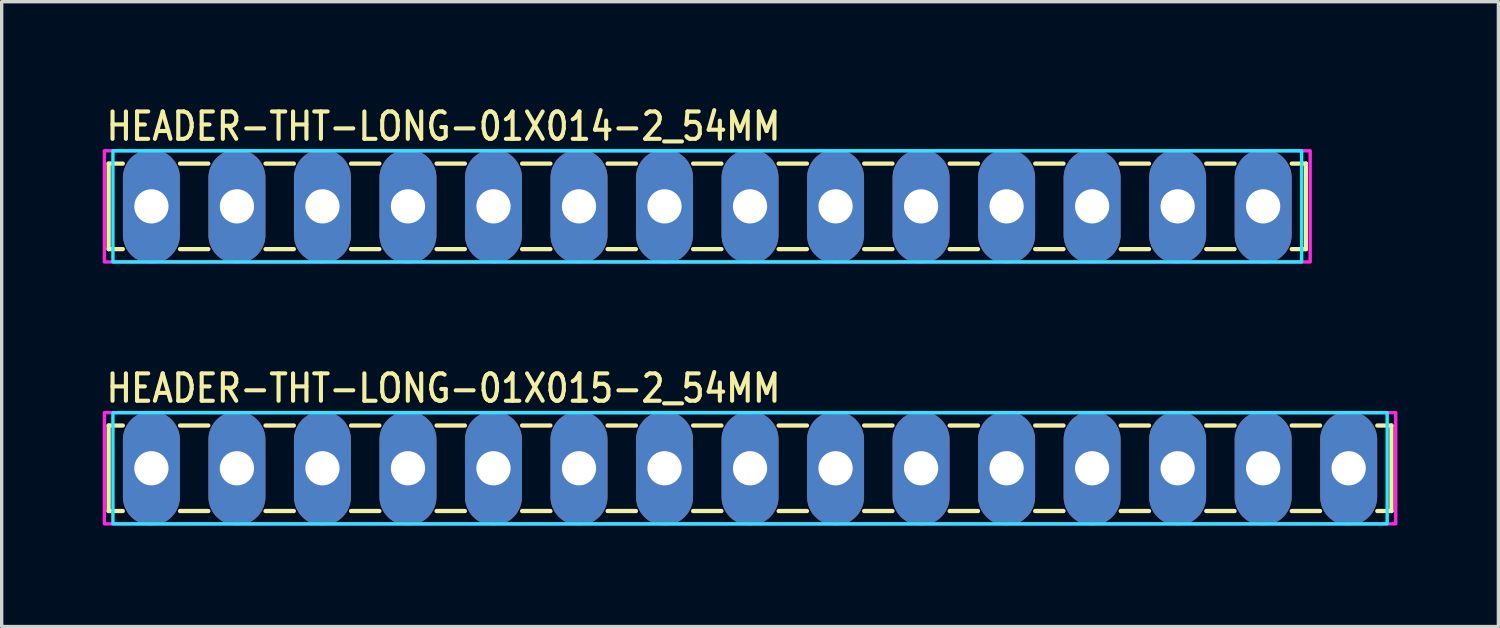
<source format=kicad_pcb>
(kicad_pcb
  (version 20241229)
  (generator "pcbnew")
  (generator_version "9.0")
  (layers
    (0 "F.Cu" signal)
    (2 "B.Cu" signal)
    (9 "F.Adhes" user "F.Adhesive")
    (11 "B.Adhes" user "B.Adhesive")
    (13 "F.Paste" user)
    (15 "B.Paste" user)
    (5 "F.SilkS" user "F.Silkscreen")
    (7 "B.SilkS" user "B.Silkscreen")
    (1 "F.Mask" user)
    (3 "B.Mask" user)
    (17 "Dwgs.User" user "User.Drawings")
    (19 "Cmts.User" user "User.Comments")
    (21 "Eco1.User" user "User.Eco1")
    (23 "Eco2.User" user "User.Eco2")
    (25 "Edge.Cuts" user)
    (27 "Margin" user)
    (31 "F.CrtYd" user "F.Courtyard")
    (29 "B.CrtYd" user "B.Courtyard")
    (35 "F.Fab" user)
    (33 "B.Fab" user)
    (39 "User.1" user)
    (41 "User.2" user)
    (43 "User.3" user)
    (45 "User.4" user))
  (footprint "HEADER-THT-LONG-01X015-2_54MM"
    (layer "F.Cu")
    (at 1.447 10.858)
    (property "Reference" "HEADER-THT-LONG-01X015-2_54MM" (at -1.4 -1.9 0) (unlocked yes) (layer "F.SilkS") (effects (font (size 0.813 0.695) (thickness 0.122)) (justify left bottom)))
    (fp_line (start -1.27 -1.27) (end -1.27 1.27) (stroke (width 0.127) (type solid)) (layer "F.SilkS"))
    (fp_line (start -1.27 1.27) (end -0.85 1.27) (stroke (width 0.127) (type solid)) (layer "F.SilkS"))
    (fp_line (start -0.85 -1.27) (end -1.27 -1.27) (stroke (width 0.127) (type solid)) (layer "F.SilkS"))
    (fp_line (start 0.85 -1.27) (end 1.69 -1.27) (stroke (width 0.127) (type solid)) (layer "F.SilkS"))
    (fp_line (start 0.85 1.27) (end 1.69 1.27) (stroke (width 0.127) (type solid)) (layer "F.SilkS"))
    (fp_line (start 3.39 -1.27) (end 4.23 -1.27) (stroke (width 0.127) (type solid)) (layer "F.SilkS"))
    (fp_line (start 3.39 1.27) (end 4.23 1.27) (stroke (width 0.127) (type solid)) (layer "F.SilkS"))
    (fp_line (start 5.93 -1.27) (end 6.77 -1.27) (stroke (width 0.127) (type solid)) (layer "F.SilkS"))
    (fp_line (start 5.93 1.27) (end 6.77 1.27) (stroke (width 0.127) (type solid)) (layer "F.SilkS"))
    (fp_line (start 8.47 -1.27) (end 9.31 -1.27) (stroke (width 0.127) (type solid)) (layer "F.SilkS"))
    (fp_line (start 8.47 1.27) (end 9.31 1.27) (stroke (width 0.127) (type solid)) (layer "F.SilkS"))
    (fp_line (start 11.01 -1.27) (end 11.85 -1.27) (stroke (width 0.127) (type solid)) (layer "F.SilkS"))
    (fp_line (start 11.01 1.27) (end 11.85 1.27) (stroke (width 0.127) (type solid)) (layer "F.SilkS"))
    (fp_line (start 13.55 -1.27) (end 14.39 -1.27) (stroke (width 0.127) (type solid)) (layer "F.SilkS"))
    (fp_line (start 13.55 1.27) (end 14.39 1.27) (stroke (width 0.127) (type solid)) (layer "F.SilkS"))
    (fp_line (start 16.09 -1.27) (end 16.93 -1.27) (stroke (width 0.127) (type solid)) (layer "F.SilkS"))
    (fp_line (start 16.09 1.27) (end 16.93 1.27) (stroke (width 0.127) (type solid)) (layer "F.SilkS"))
    (fp_line (start 18.63 -1.27) (end 19.47 -1.27) (stroke (width 0.127) (type solid)) (layer "F.SilkS"))
    (fp_line (start 18.63 1.27) (end 19.47 1.27) (stroke (width 0.127) (type solid)) (layer "F.SilkS"))
    (fp_line (start 21.17 -1.27) (end 22.01 -1.27) (stroke (width 0.127) (type solid)) (layer "F.SilkS"))
    (fp_line (start 21.17 1.27) (end 22.01 1.27) (stroke (width 0.127) (type solid)) (layer "F.SilkS"))
    (fp_line (start 23.71 -1.27) (end 24.55 -1.27) (stroke (width 0.127) (type solid)) (layer "F.SilkS"))
    (fp_line (start 23.71 1.27) (end 24.55 1.27) (stroke (width 0.127) (type solid)) (layer "F.SilkS"))
    (fp_line (start 26.25 -1.27) (end 27.09 -1.27) (stroke (width 0.127) (type solid)) (layer "F.SilkS"))
    (fp_line (start 26.25 1.27) (end 27.09 1.27) (stroke (width 0.127) (type solid)) (layer "F.SilkS"))
    (fp_line (start 28.79 -1.27) (end 29.63 -1.27) (stroke (width 0.127) (type solid)) (layer "F.SilkS"))
    (fp_line (start 28.79 1.27) (end 29.63 1.27) (stroke (width 0.127) (type solid)) (layer "F.SilkS"))
    (fp_line (start 31.33 -1.27) (end 32.17 -1.27) (stroke (width 0.127) (type solid)) (layer "F.SilkS"))
    (fp_line (start 31.33 1.27) (end 32.17 1.27) (stroke (width 0.127) (type solid)) (layer "F.SilkS"))
    (fp_line (start 33.87 -1.27) (end 34.71 -1.27) (stroke (width 0.127) (type solid)) (layer "F.SilkS"))
    (fp_line (start 33.87 1.27) (end 34.71 1.27) (stroke (width 0.127) (type solid)) (layer "F.SilkS"))
    (fp_line (start 36.41 -1.27) (end 36.83 -1.27) (stroke (width 0.127) (type solid)) (layer "F.SilkS"))
    (fp_line (start 36.83 -1.27) (end 36.83 1.27) (stroke (width 0.127) (type solid)) (layer "F.SilkS"))
    (fp_line (start 36.83 1.27) (end 36.41 1.27) (stroke (width 0.127) (type solid)) (layer "F.SilkS"))
    (fp_poly (pts (xy -1.143 -1.651) (xy 36.703 -1.651) (xy 36.703 1.651) (xy -1.143 1.651)) (stroke (width 0.1) (type solid)) (fill no) (layer "B.CrtYd"))
    (fp_poly (pts (xy -1.397 -1.651) (xy 36.957 -1.651) (xy 36.957 1.651) (xy -1.397 1.651)) (stroke (width 0.1) (type solid)) (fill no) (layer "F.CrtYd"))
    (pad "P$1" thru_hole oval (at 0 0 90) (size 3.387 1.693) (drill 1.016) (layers "*.Cu" "*.Mask"))
    (pad "P$2" thru_hole oval (at 2.54 0 90) (size 3.387 1.693) (drill 1.016) (layers "*.Cu" "*.Mask"))
    (pad "P$3" thru_hole oval (at 5.08 0 90) (size 3.387 1.693) (drill 1.016) (layers "*.Cu" "*.Mask"))
    (pad "P$4" thru_hole oval (at 7.62 0 90) (size 3.387 1.693) (drill 1.016) (layers "*.Cu" "*.Mask"))
    (pad "P$5" thru_hole oval (at 10.16 0 90) (size 3.387 1.693) (drill 1.016) (layers "*.Cu" "*.Mask"))
    (pad "P$6" thru_hole oval (at 12.7 0 90) (size 3.387 1.693) (drill 1.016) (layers "*.Cu" "*.Mask"))
    (pad "P$7" thru_hole oval (at 15.24 0 90) (size 3.387 1.693) (drill 1.016) (layers "*.Cu" "*.Mask"))
    (pad "P$8" thru_hole oval (at 17.78 0 90) (size 3.387 1.693) (drill 1.016) (layers "*.Cu" "*.Mask"))
    (pad "P$9" thru_hole oval (at 20.32 0 90) (size 3.387 1.693) (drill 1.016) (layers "*.Cu" "*.Mask"))
    (pad "P$10" thru_hole oval (at 22.86 0 90) (size 3.387 1.693) (drill 1.016) (layers "*.Cu" "*.Mask"))
    (pad "P$11" thru_hole oval (at 25.4 0 90) (size 3.387 1.693) (drill 1.016) (layers "*.Cu" "*.Mask"))
    (pad "P$12" thru_hole oval (at 27.94 0 90) (size 3.387 1.693) (drill 1.016) (layers "*.Cu" "*.Mask"))
    (pad "P$13" thru_hole oval (at 30.48 0 90) (size 3.387 1.693) (drill 1.016) (layers "*.Cu" "*.Mask"))
    (pad "P$14" thru_hole oval (at 33.02 0 90) (size 3.387 1.693) (drill 1.016) (layers "*.Cu" "*.Mask"))
    (pad "P$15" thru_hole oval (at 35.56 0 90) (size 3.387 1.693) (drill 1.016) (layers "*.Cu" "*.Mask")))
  (footprint "HEADER-THT-LONG-01X014-2_54MM"
    (layer "F.Cu")
    (at 1.447 3.079)
    (property "Reference" "HEADER-THT-LONG-01X014-2_54MM" (at -1.4 -1.9 0) (unlocked yes) (layer "F.SilkS") (effects (font (size 0.813 0.695) (thickness 0.122)) (justify left bottom)))
    (fp_line (start -1.27 -1.27) (end -1.27 1.27) (stroke (width 0.127) (type solid)) (layer "F.SilkS"))
    (fp_line (start -1.27 1.27) (end -0.85 1.27) (stroke (width 0.127) (type solid)) (layer "F.SilkS"))
    (fp_line (start -0.85 -1.27) (end -1.27 -1.27) (stroke (width 0.127) (type solid)) (layer "F.SilkS"))
    (fp_line (start 0.85 -1.27) (end 1.69 -1.27) (stroke (width 0.127) (type solid)) (layer "F.SilkS"))
    (fp_line (start 0.85 1.27) (end 1.69 1.27) (stroke (width 0.127) (type solid)) (layer "F.SilkS"))
    (fp_line (start 3.39 -1.27) (end 4.23 -1.27) (stroke (width 0.127) (type solid)) (layer "F.SilkS"))
    (fp_line (start 3.39 1.27) (end 4.23 1.27) (stroke (width 0.127) (type solid)) (layer "F.SilkS"))
    (fp_line (start 5.93 -1.27) (end 6.77 -1.27) (stroke (width 0.127) (type solid)) (layer "F.SilkS"))
    (fp_line (start 5.93 1.27) (end 6.77 1.27) (stroke (width 0.127) (type solid)) (layer "F.SilkS"))
    (fp_line (start 8.47 -1.27) (end 9.31 -1.27) (stroke (width 0.127) (type solid)) (layer "F.SilkS"))
    (fp_line (start 8.47 1.27) (end 9.31 1.27) (stroke (width 0.127) (type solid)) (layer "F.SilkS"))
    (fp_line (start 11.01 -1.27) (end 11.85 -1.27) (stroke (width 0.127) (type solid)) (layer "F.SilkS"))
    (fp_line (start 11.01 1.27) (end 11.85 1.27) (stroke (width 0.127) (type solid)) (layer "F.SilkS"))
    (fp_line (start 13.55 -1.27) (end 14.39 -1.27) (stroke (width 0.127) (type solid)) (layer "F.SilkS"))
    (fp_line (start 13.55 1.27) (end 14.39 1.27) (stroke (width 0.127) (type solid)) (layer "F.SilkS"))
    (fp_line (start 16.09 -1.27) (end 16.93 -1.27) (stroke (width 0.127) (type solid)) (layer "F.SilkS"))
    (fp_line (start 16.09 1.27) (end 16.93 1.27) (stroke (width 0.127) (type solid)) (layer "F.SilkS"))
    (fp_line (start 18.63 -1.27) (end 19.47 -1.27) (stroke (width 0.127) (type solid)) (layer "F.SilkS"))
    (fp_line (start 18.63 1.27) (end 19.47 1.27) (stroke (width 0.127) (type solid)) (layer "F.SilkS"))
    (fp_line (start 21.17 -1.27) (end 22.01 -1.27) (stroke (width 0.127) (type solid)) (layer "F.SilkS"))
    (fp_line (start 21.17 1.27) (end 22.01 1.27) (stroke (width 0.127) (type solid)) (layer "F.SilkS"))
    (fp_line (start 23.71 -1.27) (end 24.55 -1.27) (stroke (width 0.127) (type solid)) (layer "F.SilkS"))
    (fp_line (start 23.71 1.27) (end 24.55 1.27) (stroke (width 0.127) (type solid)) (layer "F.SilkS"))
    (fp_line (start 26.25 -1.27) (end 27.09 -1.27) (stroke (width 0.127) (type solid)) (layer "F.SilkS"))
    (fp_line (start 26.25 1.27) (end 27.09 1.27) (stroke (width 0.127) (type solid)) (layer "F.SilkS"))
    (fp_line (start 28.79 -1.27) (end 29.63 -1.27) (stroke (width 0.127) (type solid)) (layer "F.SilkS"))
    (fp_line (start 28.79 1.27) (end 29.63 1.27) (stroke (width 0.127) (type solid)) (layer "F.SilkS"))
    (fp_line (start 31.33 -1.27) (end 32.17 -1.27) (stroke (width 0.127) (type solid)) (layer "F.SilkS"))
    (fp_line (start 31.33 1.27) (end 32.17 1.27) (stroke (width 0.127) (type solid)) (layer "F.SilkS"))
    (fp_line (start 33.87 -1.27) (end 34.29 -1.27) (stroke (width 0.127) (type solid)) (layer "F.SilkS"))
    (fp_line (start 34.29 -1.27) (end 34.29 1.27) (stroke (width 0.127) (type solid)) (layer "F.SilkS"))
    (fp_line (start 34.29 1.27) (end 33.87 1.27) (stroke (width 0.127) (type solid)) (layer "F.SilkS"))
    (fp_poly (pts (xy -1.143 -1.651) (xy 34.163 -1.651) (xy 34.163 1.651) (xy -1.143 1.651)) (stroke (width 0.1) (type solid)) (fill no) (layer "B.CrtYd"))
    (fp_poly (pts (xy -1.397 -1.651) (xy 34.417 -1.651) (xy 34.417 1.651) (xy -1.397 1.651)) (stroke (width 0.1) (type solid)) (fill no) (layer "F.CrtYd"))
    (pad "P$1" thru_hole oval (at 0 0 90) (size 3.387 1.693) (drill 1.016) (layers "*.Cu" "*.Mask"))
    (pad "P$2" thru_hole oval (at 2.54 0 90) (size 3.387 1.693) (drill 1.016) (layers "*.Cu" "*.Mask"))
    (pad "P$3" thru_hole oval (at 5.08 0 90) (size 3.387 1.693) (drill 1.016) (layers "*.Cu" "*.Mask"))
    (pad "P$4" thru_hole oval (at 7.62 0 90) (size 3.387 1.693) (drill 1.016) (layers "*.Cu" "*.Mask"))
    (pad "P$5" thru_hole oval (at 10.16 0 90) (size 3.387 1.693) (drill 1.016) (layers "*.Cu" "*.Mask"))
    (pad "P$6" thru_hole oval (at 12.7 0 90) (size 3.387 1.693) (drill 1.016) (layers "*.Cu" "*.Mask"))
    (pad "P$7" thru_hole oval (at 15.24 0 90) (size 3.387 1.693) (drill 1.016) (layers "*.Cu" "*.Mask"))
    (pad "P$8" thru_hole oval (at 17.78 0 90) (size 3.387 1.693) (drill 1.016) (layers "*.Cu" "*.Mask"))
    (pad "P$9" thru_hole oval (at 20.32 0 90) (size 3.387 1.693) (drill 1.016) (layers "*.Cu" "*.Mask"))
    (pad "P$10" thru_hole oval (at 22.86 0 90) (size 3.387 1.693) (drill 1.016) (layers "*.Cu" "*.Mask"))
    (pad "P$11" thru_hole oval (at 25.4 0 90) (size 3.387 1.693) (drill 1.016) (layers "*.Cu" "*.Mask"))
    (pad "P$12" thru_hole oval (at 27.94 0 90) (size 3.387 1.693) (drill 1.016) (layers "*.Cu" "*.Mask"))
    (pad "P$13" thru_hole oval (at 30.48 0 90) (size 3.387 1.693) (drill 1.016) (layers "*.Cu" "*.Mask"))
    (pad "P$14" thru_hole oval (at 33.02 0 90) (size 3.387 1.693) (drill 1.016) (layers "*.Cu" "*.Mask")))
  (gr_rect
    (start -3 -3)
    (end 41.454 15.559)
    (stroke (width 0.1) (type default))
    (fill no)
    (layer "Edge.Cuts")))
</source>
